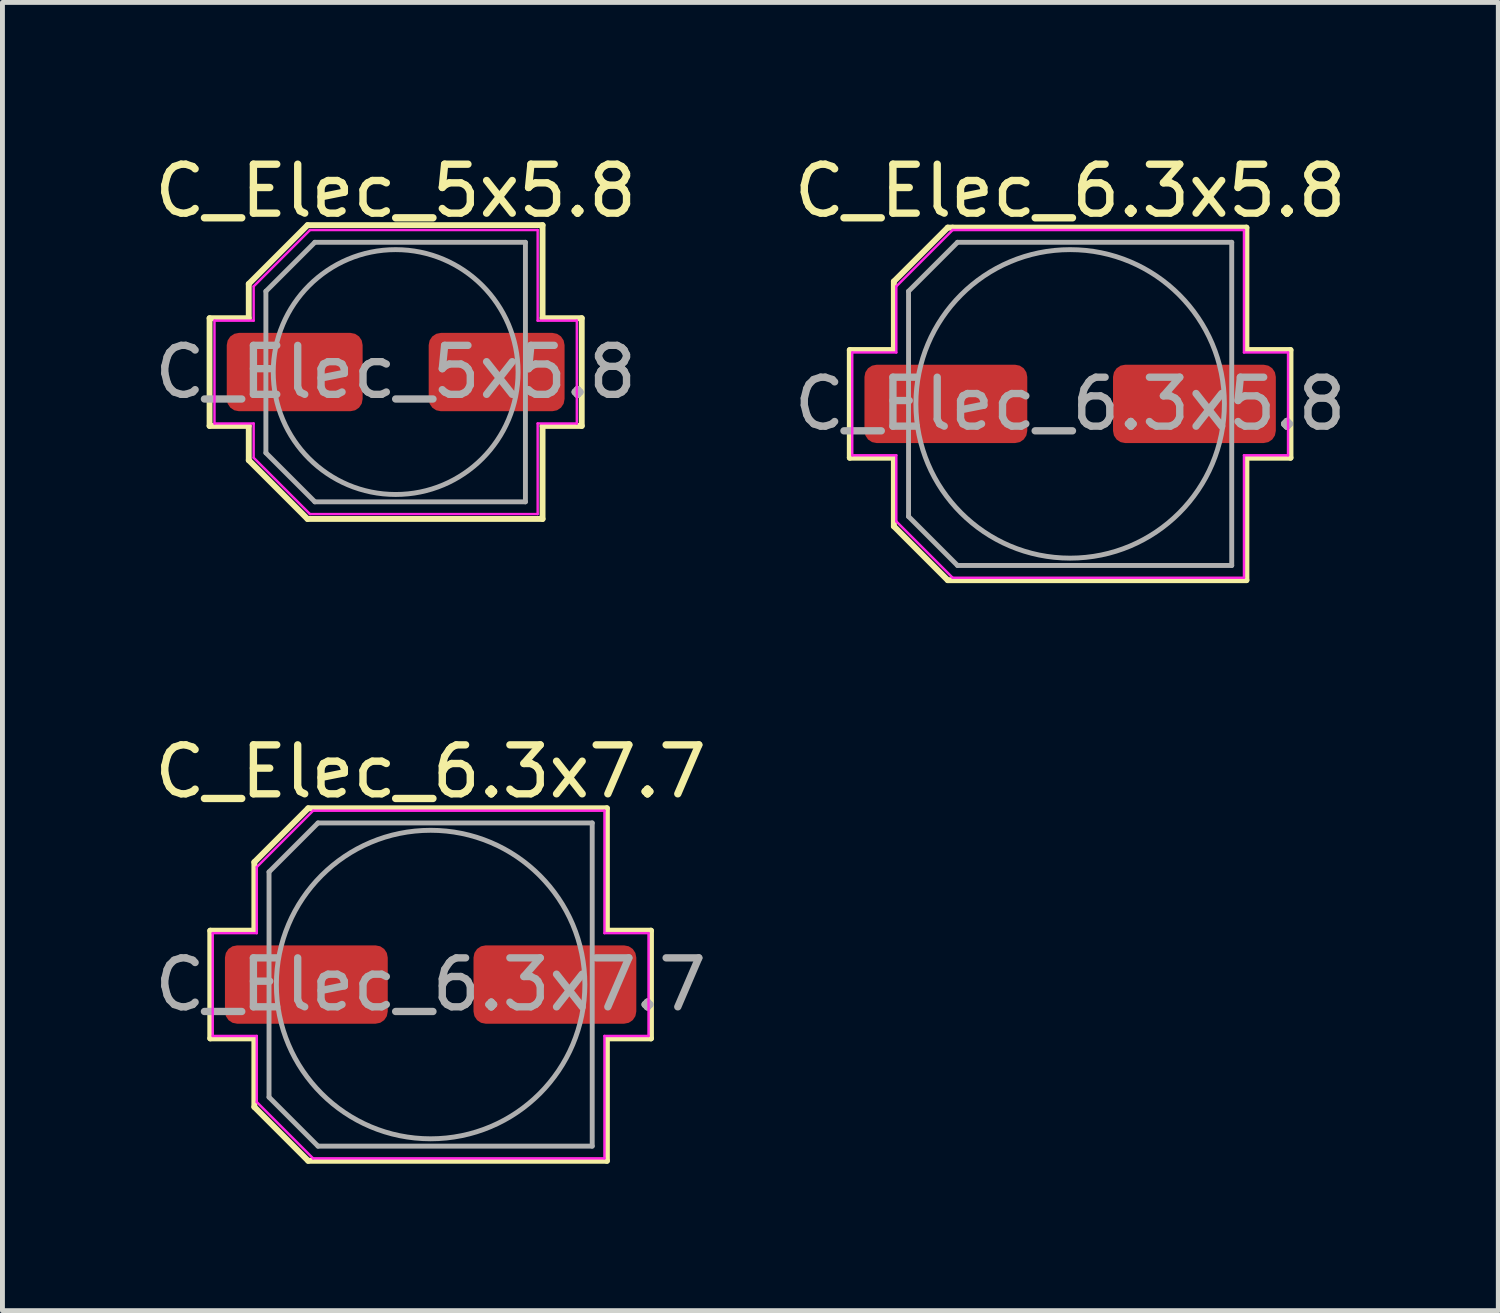
<source format=kicad_pcb>
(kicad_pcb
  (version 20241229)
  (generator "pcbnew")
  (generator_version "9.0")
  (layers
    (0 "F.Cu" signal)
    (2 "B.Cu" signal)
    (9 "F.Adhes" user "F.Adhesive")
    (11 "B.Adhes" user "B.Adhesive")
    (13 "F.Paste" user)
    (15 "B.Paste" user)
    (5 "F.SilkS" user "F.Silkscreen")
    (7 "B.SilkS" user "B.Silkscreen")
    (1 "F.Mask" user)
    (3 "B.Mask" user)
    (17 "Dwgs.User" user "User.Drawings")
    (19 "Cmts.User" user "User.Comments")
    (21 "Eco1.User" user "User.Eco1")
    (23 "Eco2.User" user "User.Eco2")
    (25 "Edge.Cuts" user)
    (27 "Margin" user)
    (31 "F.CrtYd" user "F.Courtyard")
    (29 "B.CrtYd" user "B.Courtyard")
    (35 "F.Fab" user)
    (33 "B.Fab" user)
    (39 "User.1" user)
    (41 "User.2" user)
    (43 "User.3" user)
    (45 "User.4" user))
  (footprint "C_Elec_6.3x5.8"
    (layer "F.Cu")
    (at 18.804 5.198)
    (property "Reference" "C_Elec_6.3x5.8" (at 0 -4.35 0) (layer "F.SilkS") (effects (font (size 1 1) (thickness 0.15))))
    (attr smd)
    (fp_line (start -4.5 -1.1) (end -4.5 1.1) (stroke (width 0.12) (type solid)) (layer "F.SilkS"))
    (fp_line (start -4.5 1.1) (end -3.6 1.1) (stroke (width 0.12) (type solid)) (layer "F.SilkS"))
    (fp_line (start -3.6 -2.5) (end -3.6 -1.1) (stroke (width 0.12) (type solid)) (layer "F.SilkS"))
    (fp_line (start -3.6 -1.1) (end -4.5 -1.1) (stroke (width 0.12) (type solid)) (layer "F.SilkS"))
    (fp_line (start -3.6 1.1) (end -3.6 2.5) (stroke (width 0.12) (type solid)) (layer "F.SilkS"))
    (fp_line (start -3.6 2.5) (end -2.5 3.6) (stroke (width 0.12) (type solid)) (layer "F.SilkS"))
    (fp_line (start -2.5 -3.6) (end -3.6 -2.5) (stroke (width 0.12) (type solid)) (layer "F.SilkS"))
    (fp_line (start -2.5 3.6) (end 3.6 3.6) (stroke (width 0.12) (type solid)) (layer "F.SilkS"))
    (fp_line (start -2.4 -3.6) (end -2.5 -3.6) (stroke (width 0.12) (type solid)) (layer "F.SilkS"))
    (fp_line (start 3.6 -3.6) (end -2.4 -3.6) (stroke (width 0.12) (type solid)) (layer "F.SilkS"))
    (fp_line (start 3.6 -1.1) (end 3.6 -3.6) (stroke (width 0.12) (type solid)) (layer "F.SilkS"))
    (fp_line (start 3.6 1.1) (end 4.5 1.1) (stroke (width 0.12) (type solid)) (layer "F.SilkS"))
    (fp_line (start 3.6 3.6) (end 3.6 1.1) (stroke (width 0.12) (type solid)) (layer "F.SilkS"))
    (fp_line (start 4.5 -1.1) (end 3.6 -1.1) (stroke (width 0.12) (type solid)) (layer "F.SilkS"))
    (fp_line (start 4.5 1.1) (end 4.5 -1.1) (stroke (width 0.12) (type solid)) (layer "F.SilkS"))
    (fp_line (start -4.45 -1.05) (end -4.45 1.05) (stroke (width 0.05) (type solid)) (layer "F.CrtYd"))
    (fp_line (start -4.45 1.05) (end -3.55 1.05) (stroke (width 0.05) (type solid)) (layer "F.CrtYd"))
    (fp_line (start -3.55 -2.4) (end -3.55 -1.05) (stroke (width 0.05) (type solid)) (layer "F.CrtYd"))
    (fp_line (start -3.55 -2.4) (end -2.4 -3.55) (stroke (width 0.05) (type solid)) (layer "F.CrtYd"))
    (fp_line (start -3.55 -1.05) (end -4.45 -1.05) (stroke (width 0.05) (type solid)) (layer "F.CrtYd"))
    (fp_line (start -3.55 1.05) (end -3.55 2.4) (stroke (width 0.05) (type solid)) (layer "F.CrtYd"))
    (fp_line (start -3.55 2.4) (end -2.4 3.55) (stroke (width 0.05) (type solid)) (layer "F.CrtYd"))
    (fp_line (start -2.4 -3.55) (end 3.55 -3.55) (stroke (width 0.05) (type solid)) (layer "F.CrtYd"))
    (fp_line (start -2.4 3.55) (end 3.55 3.55) (stroke (width 0.05) (type solid)) (layer "F.CrtYd"))
    (fp_line (start 3.55 -3.55) (end 3.55 -1.05) (stroke (width 0.05) (type solid)) (layer "F.CrtYd"))
    (fp_line (start 3.55 -1.05) (end 4.45 -1.05) (stroke (width 0.05) (type solid)) (layer "F.CrtYd"))
    (fp_line (start 3.55 1.05) (end 3.55 3.55) (stroke (width 0.05) (type solid)) (layer "F.CrtYd"))
    (fp_line (start 4.45 -1.05) (end 4.45 1.05) (stroke (width 0.05) (type solid)) (layer "F.CrtYd"))
    (fp_line (start 4.45 1.05) (end 3.55 1.05) (stroke (width 0.05) (type solid)) (layer "F.CrtYd"))
    (fp_line (start -3.3 -2.3) (end -3.3 2.3) (stroke (width 0.1) (type solid)) (layer "F.Fab"))
    (fp_line (start -3.3 -2.3) (end -2.3 -3.3) (stroke (width 0.1) (type solid)) (layer "F.Fab"))
    (fp_line (start -3.3 2.3) (end -2.3 3.3) (stroke (width 0.1) (type solid)) (layer "F.Fab"))
    (fp_line (start -2.3 -3.3) (end 3.3 -3.3) (stroke (width 0.1) (type solid)) (layer "F.Fab"))
    (fp_line (start -2.3 3.3) (end 3.3 3.3) (stroke (width 0.1) (type solid)) (layer "F.Fab"))
    (fp_line (start 3.3 -3.3) (end 3.3 3.3) (stroke (width 0.1) (type solid)) (layer "F.Fab"))
    (fp_circle (center 0 0) (end 3.15 0) (stroke (width 0.1) (type solid)) (fill no) (layer "F.Fab"))
    (fp_text user "${REFERENCE}" (at 0 0 0) (layer "F.Fab") (effects (font (size 1 1) (thickness 0.15))))
    (pad "1" smd roundrect (at -2.538 0) (size 3.325 1.6) (layers "F.Cu" "F.Mask" "F.Paste") (roundrect_rratio 0.156))
    (pad "2" smd roundrect (at 2.538 0) (size 3.325 1.6) (layers "F.Cu" "F.Mask" "F.Paste") (roundrect_rratio 0.156)))
  (footprint "C_Elec_5x5.8"
    (layer "F.Cu")
    (at 5.03 4.548)
    (property "Reference" "C_Elec_5x5.8" (at 0 -3.7 0) (layer "F.SilkS") (effects (font (size 1 1) (thickness 0.15))))
    (attr smd)
    (fp_line (start -3.8 -1.1) (end -3.8 1.1) (stroke (width 0.12) (type solid)) (layer "F.SilkS"))
    (fp_line (start -3.8 1.1) (end -3 1.1) (stroke (width 0.12) (type solid)) (layer "F.SilkS"))
    (fp_line (start -3 -1.8) (end -3 -1.1) (stroke (width 0.12) (type solid)) (layer "F.SilkS"))
    (fp_line (start -3 -1.1) (end -3.8 -1.1) (stroke (width 0.12) (type solid)) (layer "F.SilkS"))
    (fp_line (start -3 1.1) (end -3 1.8) (stroke (width 0.12) (type solid)) (layer "F.SilkS"))
    (fp_line (start -3 1.8) (end -1.8 3) (stroke (width 0.12) (type solid)) (layer "F.SilkS"))
    (fp_line (start -1.8 -3) (end -3 -1.8) (stroke (width 0.12) (type solid)) (layer "F.SilkS"))
    (fp_line (start -1.8 3) (end 3 3) (stroke (width 0.12) (type solid)) (layer "F.SilkS"))
    (fp_line (start 3 -3) (end -1.8 -3) (stroke (width 0.12) (type solid)) (layer "F.SilkS"))
    (fp_line (start 3 -1.1) (end 3 -3) (stroke (width 0.12) (type solid)) (layer "F.SilkS"))
    (fp_line (start 3 1.1) (end 3.8 1.1) (stroke (width 0.12) (type solid)) (layer "F.SilkS"))
    (fp_line (start 3 3) (end 3 1.1) (stroke (width 0.12) (type solid)) (layer "F.SilkS"))
    (fp_line (start 3.8 -1.1) (end 3 -1.1) (stroke (width 0.12) (type solid)) (layer "F.SilkS"))
    (fp_line (start 3.8 1.1) (end 3.8 -1.1) (stroke (width 0.12) (type solid)) (layer "F.SilkS"))
    (fp_line (start -3.7 -1.05) (end -3.7 1.05) (stroke (width 0.05) (type solid)) (layer "F.CrtYd"))
    (fp_line (start -3.7 1.05) (end -2.9 1.05) (stroke (width 0.05) (type solid)) (layer "F.CrtYd"))
    (fp_line (start -2.9 -1.75) (end -2.9 -1.05) (stroke (width 0.05) (type solid)) (layer "F.CrtYd"))
    (fp_line (start -2.9 -1.75) (end -1.75 -2.9) (stroke (width 0.05) (type solid)) (layer "F.CrtYd"))
    (fp_line (start -2.9 -1.05) (end -3.7 -1.05) (stroke (width 0.05) (type solid)) (layer "F.CrtYd"))
    (fp_line (start -2.9 1.05) (end -2.9 1.75) (stroke (width 0.05) (type solid)) (layer "F.CrtYd"))
    (fp_line (start -2.9 1.75) (end -1.75 2.9) (stroke (width 0.05) (type solid)) (layer "F.CrtYd"))
    (fp_line (start -1.75 -2.9) (end 2.9 -2.9) (stroke (width 0.05) (type solid)) (layer "F.CrtYd"))
    (fp_line (start -1.75 2.9) (end 2.9 2.9) (stroke (width 0.05) (type solid)) (layer "F.CrtYd"))
    (fp_line (start 2.9 -2.9) (end 2.9 -1.05) (stroke (width 0.05) (type solid)) (layer "F.CrtYd"))
    (fp_line (start 2.9 -1.05) (end 3.7 -1.05) (stroke (width 0.05) (type solid)) (layer "F.CrtYd"))
    (fp_line (start 2.9 1.05) (end 2.9 2.9) (stroke (width 0.05) (type solid)) (layer "F.CrtYd"))
    (fp_line (start 3.7 -1.05) (end 3.7 1.05) (stroke (width 0.05) (type solid)) (layer "F.CrtYd"))
    (fp_line (start 3.7 1.05) (end 2.9 1.05) (stroke (width 0.05) (type solid)) (layer "F.CrtYd"))
    (fp_line (start -2.65 -1.65) (end -2.65 1.65) (stroke (width 0.1) (type solid)) (layer "F.Fab"))
    (fp_line (start -2.65 -1.65) (end -1.65 -2.65) (stroke (width 0.1) (type solid)) (layer "F.Fab"))
    (fp_line (start -2.65 1.65) (end -1.65 2.65) (stroke (width 0.1) (type solid)) (layer "F.Fab"))
    (fp_line (start -1.65 -2.65) (end 2.65 -2.65) (stroke (width 0.1) (type solid)) (layer "F.Fab"))
    (fp_line (start -1.65 2.65) (end 2.65 2.65) (stroke (width 0.1) (type solid)) (layer "F.Fab"))
    (fp_line (start 2.65 -2.65) (end 2.65 2.65) (stroke (width 0.1) (type solid)) (layer "F.Fab"))
    (fp_circle (center 0 0) (end 2.5 0) (stroke (width 0.1) (type solid)) (fill no) (layer "F.Fab"))
    (fp_text user "${REFERENCE}" (at 0 0 0) (layer "F.Fab") (effects (font (size 1 1) (thickness 0.15))))
    (pad "1" smd roundrect (at -2.062 0) (size 2.775 1.6) (layers "F.Cu" "F.Mask" "F.Paste") (roundrect_rratio 0.156))
    (pad "2" smd roundrect (at 2.062 0) (size 2.775 1.6) (layers "F.Cu" "F.Mask" "F.Paste") (roundrect_rratio 0.156)))
  (footprint "C_Elec_6.3x7.7"
    (layer "F.Cu")
    (at 5.744 17.056)
    (property "Reference" "C_Elec_6.3x7.7" (at 0 -4.35 0) (layer "F.SilkS") (effects (font (size 1 1) (thickness 0.15))))
    (attr smd)
    (fp_line (start -4.5 -1.1) (end -4.5 1.1) (stroke (width 0.12) (type solid)) (layer "F.SilkS"))
    (fp_line (start -4.5 1.1) (end -3.6 1.1) (stroke (width 0.12) (type solid)) (layer "F.SilkS"))
    (fp_line (start -3.6 -2.5) (end -3.6 -1.1) (stroke (width 0.12) (type solid)) (layer "F.SilkS"))
    (fp_line (start -3.6 -1.1) (end -4.5 -1.1) (stroke (width 0.12) (type solid)) (layer "F.SilkS"))
    (fp_line (start -3.6 1.1) (end -3.6 2.5) (stroke (width 0.12) (type solid)) (layer "F.SilkS"))
    (fp_line (start -3.6 2.5) (end -2.5 3.6) (stroke (width 0.12) (type solid)) (layer "F.SilkS"))
    (fp_line (start -2.5 -3.6) (end -3.6 -2.5) (stroke (width 0.12) (type solid)) (layer "F.SilkS"))
    (fp_line (start -2.5 3.6) (end 3.6 3.6) (stroke (width 0.12) (type solid)) (layer "F.SilkS"))
    (fp_line (start 3.6 -3.6) (end -2.5 -3.6) (stroke (width 0.12) (type solid)) (layer "F.SilkS"))
    (fp_line (start 3.6 -1.1) (end 3.6 -3.6) (stroke (width 0.12) (type solid)) (layer "F.SilkS"))
    (fp_line (start 3.6 1.1) (end 4.5 1.1) (stroke (width 0.12) (type solid)) (layer "F.SilkS"))
    (fp_line (start 3.6 3.6) (end 3.6 1.1) (stroke (width 0.12) (type solid)) (layer "F.SilkS"))
    (fp_line (start 4.5 -1.1) (end 3.6 -1.1) (stroke (width 0.12) (type solid)) (layer "F.SilkS"))
    (fp_line (start 4.5 1.1) (end 4.5 -1.1) (stroke (width 0.12) (type solid)) (layer "F.SilkS"))
    (fp_line (start -4.45 -1.05) (end -4.45 1.05) (stroke (width 0.05) (type solid)) (layer "F.CrtYd"))
    (fp_line (start -4.45 1.05) (end -3.55 1.05) (stroke (width 0.05) (type solid)) (layer "F.CrtYd"))
    (fp_line (start -3.55 -2.4) (end -3.55 -1.05) (stroke (width 0.05) (type solid)) (layer "F.CrtYd"))
    (fp_line (start -3.55 -2.4) (end -2.4 -3.55) (stroke (width 0.05) (type solid)) (layer "F.CrtYd"))
    (fp_line (start -3.55 -1.05) (end -4.45 -1.05) (stroke (width 0.05) (type solid)) (layer "F.CrtYd"))
    (fp_line (start -3.55 1.05) (end -3.55 2.4) (stroke (width 0.05) (type solid)) (layer "F.CrtYd"))
    (fp_line (start -3.55 2.4) (end -2.4 3.55) (stroke (width 0.05) (type solid)) (layer "F.CrtYd"))
    (fp_line (start -2.4 -3.55) (end 3.55 -3.55) (stroke (width 0.05) (type solid)) (layer "F.CrtYd"))
    (fp_line (start -2.4 3.55) (end 3.55 3.55) (stroke (width 0.05) (type solid)) (layer "F.CrtYd"))
    (fp_line (start 3.55 -3.55) (end 3.55 -1.05) (stroke (width 0.05) (type solid)) (layer "F.CrtYd"))
    (fp_line (start 3.55 -1.05) (end 4.45 -1.05) (stroke (width 0.05) (type solid)) (layer "F.CrtYd"))
    (fp_line (start 3.55 1.05) (end 3.55 3.55) (stroke (width 0.05) (type solid)) (layer "F.CrtYd"))
    (fp_line (start 4.45 -1.05) (end 4.45 1.05) (stroke (width 0.05) (type solid)) (layer "F.CrtYd"))
    (fp_line (start 4.45 1.05) (end 3.55 1.05) (stroke (width 0.05) (type solid)) (layer "F.CrtYd"))
    (fp_line (start -3.3 -2.3) (end -3.3 2.3) (stroke (width 0.1) (type solid)) (layer "F.Fab"))
    (fp_line (start -3.3 -2.3) (end -2.3 -3.3) (stroke (width 0.1) (type solid)) (layer "F.Fab"))
    (fp_line (start -3.3 2.3) (end -2.3 3.3) (stroke (width 0.1) (type solid)) (layer "F.Fab"))
    (fp_line (start -2.3 -3.3) (end 3.3 -3.3) (stroke (width 0.1) (type solid)) (layer "F.Fab"))
    (fp_line (start -2.3 3.3) (end 3.3 3.3) (stroke (width 0.1) (type solid)) (layer "F.Fab"))
    (fp_line (start 3.3 -3.3) (end 3.3 3.3) (stroke (width 0.1) (type solid)) (layer "F.Fab"))
    (fp_circle (center 0 0) (end 3.15 0) (stroke (width 0.1) (type solid)) (fill no) (layer "F.Fab"))
    (fp_text user "${REFERENCE}" (at 0 0 0) (layer "F.Fab") (effects (font (size 1 1) (thickness 0.15))))
    (pad "1" smd roundrect (at -2.538 0) (size 3.325 1.6) (layers "F.Cu" "F.Mask" "F.Paste") (roundrect_rratio 0.156))
    (pad "2" smd roundrect (at 2.538 0) (size 3.325 1.6) (layers "F.Cu" "F.Mask" "F.Paste") (roundrect_rratio 0.156)))
  (gr_rect
    (start -3 -3)
    (end 27.548 23.716)
    (stroke (width 0.1) (type default))
    (fill no)
    (layer "Edge.Cuts")))
</source>
